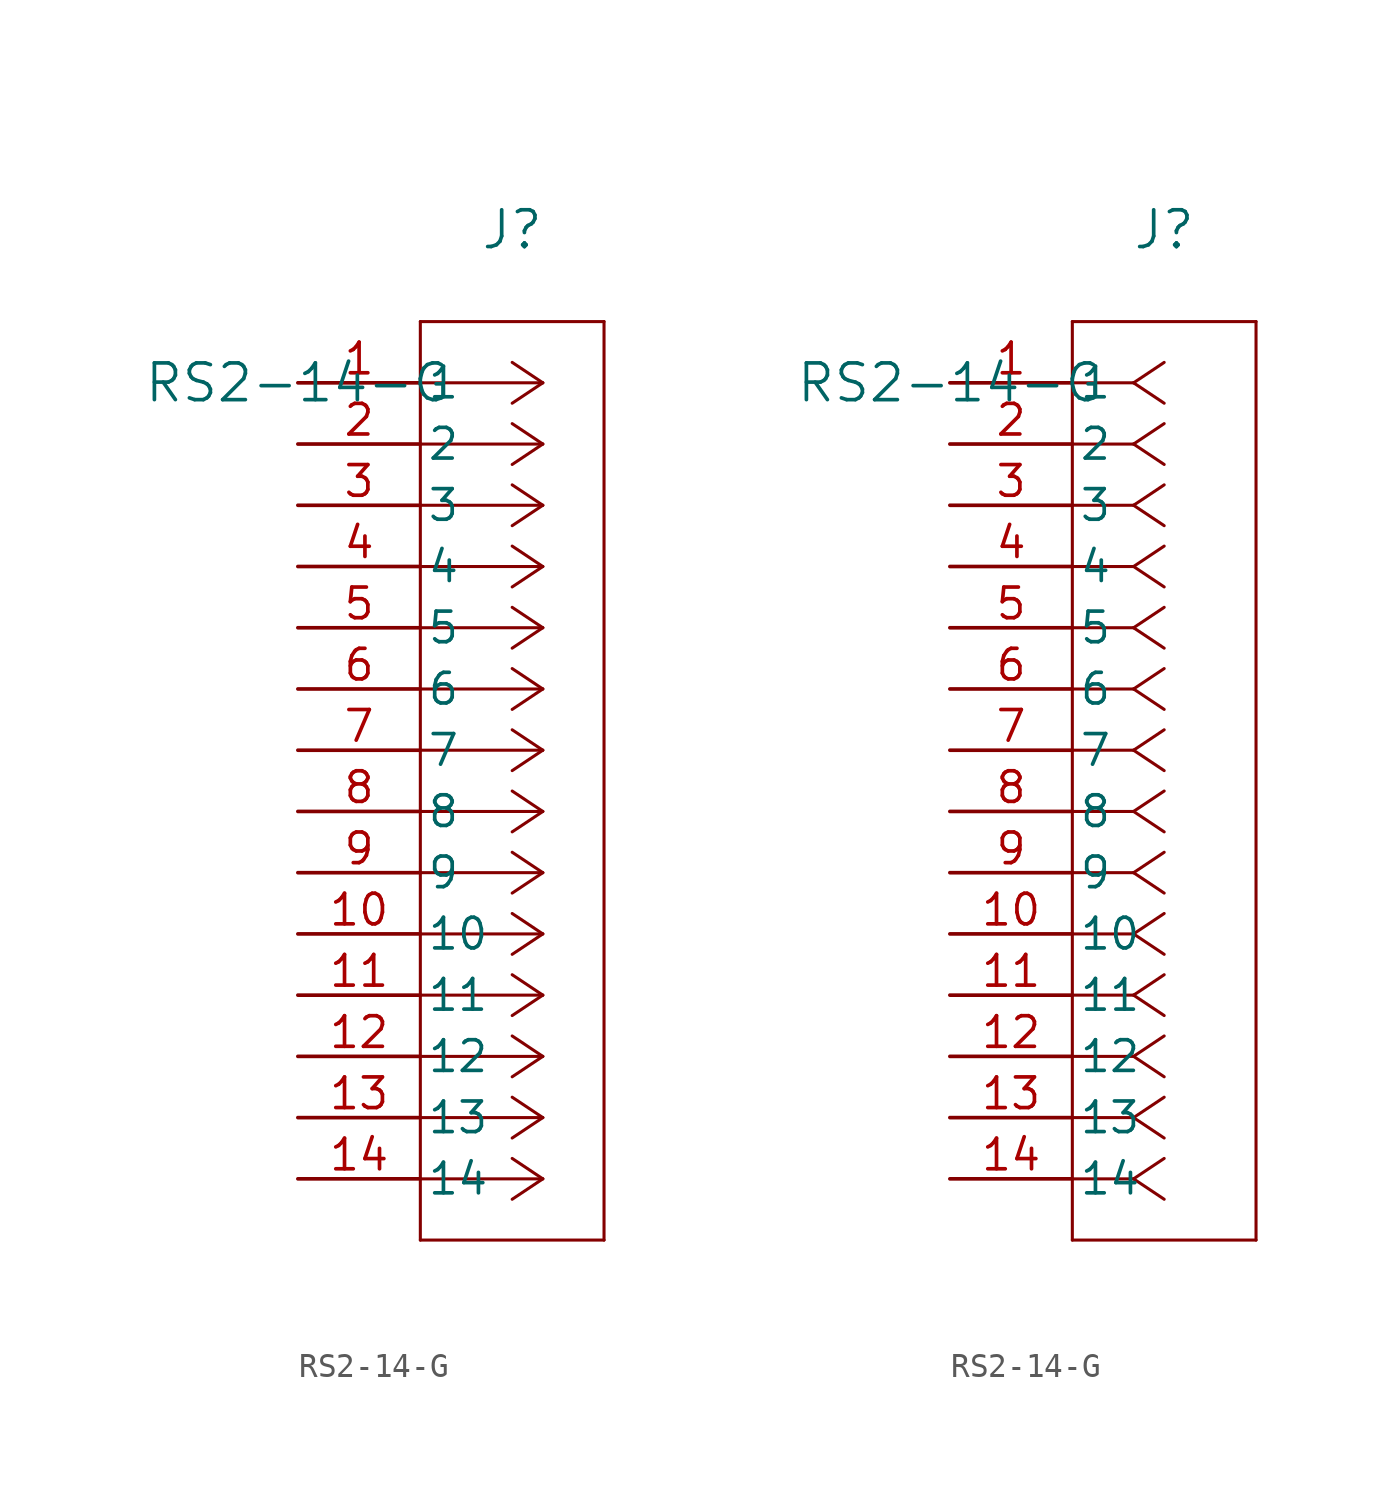
<source format=kicad_sym>
(kicad_symbol_lib
  (version 20211014)
  (generator kicad_symbol_editor)
  (symbol "RS2-14-G"
    (pin_names
      (offset 0.254))
    (property "Reference" "J"
      (at 8.89 6.35 0)
      (effects (font (size 1.524 1.524))))
    (property "Value" "RS2-14-G"
      (at 0 0 0)
      (effects (font (size 1.524 1.524))))
    (symbol "RS2-14-G_1_1"
      (polyline (pts (xy 10.16 0) (xy 5.08 0)) (stroke (width 0.127) (type default) (color 0 0 0 0)) (fill (type none)))
      (polyline (pts (xy 10.16 -2.54) (xy 5.08 -2.54)) (stroke (width 0.127) (type default) (color 0 0 0 0)) (fill (type none)))
      (polyline (pts (xy 10.16 -5.08) (xy 5.08 -5.08)) (stroke (width 0.127) (type default) (color 0 0 0 0)) (fill (type none)))
      (polyline (pts (xy 10.16 -7.62) (xy 5.08 -7.62)) (stroke (width 0.127) (type default) (color 0 0 0 0)) (fill (type none)))
      (polyline (pts (xy 10.16 -10.16) (xy 5.08 -10.16)) (stroke (width 0.127) (type default) (color 0 0 0 0)) (fill (type none)))
      (polyline (pts (xy 10.16 -12.7) (xy 5.08 -12.7)) (stroke (width 0.127) (type default) (color 0 0 0 0)) (fill (type none)))
      (polyline (pts (xy 10.16 -15.24) (xy 5.08 -15.24)) (stroke (width 0.127) (type default) (color 0 0 0 0)) (fill (type none)))
      (polyline (pts (xy 10.16 -17.78) (xy 5.08 -17.78)) (stroke (width 0.127) (type default) (color 0 0 0 0)) (fill (type none)))
      (polyline (pts (xy 10.16 -20.32) (xy 5.08 -20.32)) (stroke (width 0.127) (type default) (color 0 0 0 0)) (fill (type none)))
      (polyline (pts (xy 10.16 -22.86) (xy 5.08 -22.86)) (stroke (width 0.127) (type default) (color 0 0 0 0)) (fill (type none)))
      (polyline (pts (xy 10.16 -25.4) (xy 5.08 -25.4)) (stroke (width 0.127) (type default) (color 0 0 0 0)) (fill (type none)))
      (polyline (pts (xy 10.16 -27.94) (xy 5.08 -27.94)) (stroke (width 0.127) (type default) (color 0 0 0 0)) (fill (type none)))
      (polyline (pts (xy 10.16 -30.48) (xy 5.08 -30.48)) (stroke (width 0.127) (type default) (color 0 0 0 0)) (fill (type none)))
      (polyline (pts (xy 10.16 -33.02) (xy 5.08 -33.02)) (stroke (width 0.127) (type default) (color 0 0 0 0)) (fill (type none)))
      (polyline (pts (xy 10.16 0) (xy 8.89 0.847)) (stroke (width 0.127) (type default) (color 0 0 0 0)) (fill (type none)))
      (polyline (pts (xy 10.16 -2.54) (xy 8.89 -1.693)) (stroke (width 0.127) (type default) (color 0 0 0 0)) (fill (type none)))
      (polyline (pts (xy 10.16 -5.08) (xy 8.89 -4.233)) (stroke (width 0.127) (type default) (color 0 0 0 0)) (fill (type none)))
      (polyline (pts (xy 10.16 -7.62) (xy 8.89 -6.773)) (stroke (width 0.127) (type default) (color 0 0 0 0)) (fill (type none)))
      (polyline (pts (xy 10.16 -10.16) (xy 8.89 -9.313)) (stroke (width 0.127) (type default) (color 0 0 0 0)) (fill (type none)))
      (polyline (pts (xy 10.16 -12.7) (xy 8.89 -11.853)) (stroke (width 0.127) (type default) (color 0 0 0 0)) (fill (type none)))
      (polyline (pts (xy 10.16 -15.24) (xy 8.89 -14.393)) (stroke (width 0.127) (type default) (color 0 0 0 0)) (fill (type none)))
      (polyline (pts (xy 10.16 -17.78) (xy 8.89 -16.933)) (stroke (width 0.127) (type default) (color 0 0 0 0)) (fill (type none)))
      (polyline (pts (xy 10.16 -20.32) (xy 8.89 -19.473)) (stroke (width 0.127) (type default) (color 0 0 0 0)) (fill (type none)))
      (polyline (pts (xy 10.16 -22.86) (xy 8.89 -22.013)) (stroke (width 0.127) (type default) (color 0 0 0 0)) (fill (type none)))
      (polyline (pts (xy 10.16 -25.4) (xy 8.89 -24.553)) (stroke (width 0.127) (type default) (color 0 0 0 0)) (fill (type none)))
      (polyline (pts (xy 10.16 -27.94) (xy 8.89 -27.093)) (stroke (width 0.127) (type default) (color 0 0 0 0)) (fill (type none)))
      (polyline (pts (xy 10.16 -30.48) (xy 8.89 -29.633)) (stroke (width 0.127) (type default) (color 0 0 0 0)) (fill (type none)))
      (polyline (pts (xy 10.16 -33.02) (xy 8.89 -32.173)) (stroke (width 0.127) (type default) (color 0 0 0 0)) (fill (type none)))
      (polyline (pts (xy 10.16 0) (xy 8.89 -0.847)) (stroke (width 0.127) (type default) (color 0 0 0 0)) (fill (type none)))
      (polyline (pts (xy 10.16 -2.54) (xy 8.89 -3.387)) (stroke (width 0.127) (type default) (color 0 0 0 0)) (fill (type none)))
      (polyline (pts (xy 10.16 -5.08) (xy 8.89 -5.927)) (stroke (width 0.127) (type default) (color 0 0 0 0)) (fill (type none)))
      (polyline (pts (xy 10.16 -7.62) (xy 8.89 -8.467)) (stroke (width 0.127) (type default) (color 0 0 0 0)) (fill (type none)))
      (polyline (pts (xy 10.16 -10.16) (xy 8.89 -11.007)) (stroke (width 0.127) (type default) (color 0 0 0 0)) (fill (type none)))
      (polyline (pts (xy 10.16 -12.7) (xy 8.89 -13.547)) (stroke (width 0.127) (type default) (color 0 0 0 0)) (fill (type none)))
      (polyline (pts (xy 10.16 -15.24) (xy 8.89 -16.087)) (stroke (width 0.127) (type default) (color 0 0 0 0)) (fill (type none)))
      (polyline (pts (xy 10.16 -17.78) (xy 8.89 -18.627)) (stroke (width 0.127) (type default) (color 0 0 0 0)) (fill (type none)))
      (polyline (pts (xy 10.16 -20.32) (xy 8.89 -21.167)) (stroke (width 0.127) (type default) (color 0 0 0 0)) (fill (type none)))
      (polyline (pts (xy 10.16 -22.86) (xy 8.89 -23.707)) (stroke (width 0.127) (type default) (color 0 0 0 0)) (fill (type none)))
      (polyline (pts (xy 10.16 -25.4) (xy 8.89 -26.247)) (stroke (width 0.127) (type default) (color 0 0 0 0)) (fill (type none)))
      (polyline (pts (xy 10.16 -27.94) (xy 8.89 -28.787)) (stroke (width 0.127) (type default) (color 0 0 0 0)) (fill (type none)))
      (polyline (pts (xy 10.16 -30.48) (xy 8.89 -31.327)) (stroke (width 0.127) (type default) (color 0 0 0 0)) (fill (type none)))
      (polyline (pts (xy 10.16 -33.02) (xy 8.89 -33.867)) (stroke (width 0.127) (type default) (color 0 0 0 0)) (fill (type none)))
      (polyline (pts (xy 5.08 2.54) (xy 5.08 -35.56)) (stroke (width 0.127) (type default) (color 0 0 0 0)) (fill (type none)))
      (polyline (pts (xy 5.08 -35.56) (xy 12.7 -35.56)) (stroke (width 0.127) (type default) (color 0 0 0 0)) (fill (type none)))
      (polyline (pts (xy 12.7 -35.56) (xy 12.7 2.54)) (stroke (width 0.127) (type default) (color 0 0 0 0)) (fill (type none)))
      (polyline (pts (xy 12.7 2.54) (xy 5.08 2.54)) (stroke (width 0.127) (type default) (color 0 0 0 0)) (fill (type none)))
      (pin unspecified line (at 0 0 0) (length 5.08) (name "1" (effects (font (size 1.27 1.27)))) (number "1" (effects (font (size 1.27 1.27)))))
      (pin unspecified line (at 0 -2.54 0) (length 5.08) (name "2" (effects (font (size 1.27 1.27)))) (number "2" (effects (font (size 1.27 1.27)))))
      (pin unspecified line (at 0 -5.08 0) (length 5.08) (name "3" (effects (font (size 1.27 1.27)))) (number "3" (effects (font (size 1.27 1.27)))))
      (pin unspecified line (at 0 -7.62 0) (length 5.08) (name "4" (effects (font (size 1.27 1.27)))) (number "4" (effects (font (size 1.27 1.27)))))
      (pin unspecified line (at 0 -10.16 0) (length 5.08) (name "5" (effects (font (size 1.27 1.27)))) (number "5" (effects (font (size 1.27 1.27)))))
      (pin unspecified line (at 0 -12.7 0) (length 5.08) (name "6" (effects (font (size 1.27 1.27)))) (number "6" (effects (font (size 1.27 1.27)))))
      (pin unspecified line (at 0 -15.24 0) (length 5.08) (name "7" (effects (font (size 1.27 1.27)))) (number "7" (effects (font (size 1.27 1.27)))))
      (pin unspecified line (at 0 -17.78 0) (length 5.08) (name "8" (effects (font (size 1.27 1.27)))) (number "8" (effects (font (size 1.27 1.27)))))
      (pin unspecified line (at 0 -20.32 0) (length 5.08) (name "9" (effects (font (size 1.27 1.27)))) (number "9" (effects (font (size 1.27 1.27)))))
      (pin unspecified line (at 0 -22.86 0) (length 5.08) (name "10" (effects (font (size 1.27 1.27)))) (number "10" (effects (font (size 1.27 1.27)))))
      (pin unspecified line (at 0 -25.4 0) (length 5.08) (name "11" (effects (font (size 1.27 1.27)))) (number "11" (effects (font (size 1.27 1.27)))))
      (pin unspecified line (at 0 -27.94 0) (length 5.08) (name "12" (effects (font (size 1.27 1.27)))) (number "12" (effects (font (size 1.27 1.27)))))
      (pin unspecified line (at 0 -30.48 0) (length 5.08) (name "13" (effects (font (size 1.27 1.27)))) (number "13" (effects (font (size 1.27 1.27)))))
      (pin unspecified line (at 0 -33.02 0) (length 5.08) (name "14" (effects (font (size 1.27 1.27)))) (number "14" (effects (font (size 1.27 1.27))))))
    (symbol "RS2-14-G_1_2"
      (polyline (pts (xy 7.62 0) (xy 5.08 0)) (stroke (width 0.127) (type default) (color 0 0 0 0)) (fill (type none)))
      (polyline (pts (xy 7.62 -2.54) (xy 5.08 -2.54)) (stroke (width 0.127) (type default) (color 0 0 0 0)) (fill (type none)))
      (polyline (pts (xy 7.62 -5.08) (xy 5.08 -5.08)) (stroke (width 0.127) (type default) (color 0 0 0 0)) (fill (type none)))
      (polyline (pts (xy 7.62 -7.62) (xy 5.08 -7.62)) (stroke (width 0.127) (type default) (color 0 0 0 0)) (fill (type none)))
      (polyline (pts (xy 7.62 -10.16) (xy 5.08 -10.16)) (stroke (width 0.127) (type default) (color 0 0 0 0)) (fill (type none)))
      (polyline (pts (xy 7.62 -12.7) (xy 5.08 -12.7)) (stroke (width 0.127) (type default) (color 0 0 0 0)) (fill (type none)))
      (polyline (pts (xy 7.62 -15.24) (xy 5.08 -15.24)) (stroke (width 0.127) (type default) (color 0 0 0 0)) (fill (type none)))
      (polyline (pts (xy 7.62 -17.78) (xy 5.08 -17.78)) (stroke (width 0.127) (type default) (color 0 0 0 0)) (fill (type none)))
      (polyline (pts (xy 7.62 -20.32) (xy 5.08 -20.32)) (stroke (width 0.127) (type default) (color 0 0 0 0)) (fill (type none)))
      (polyline (pts (xy 7.62 -22.86) (xy 5.08 -22.86)) (stroke (width 0.127) (type default) (color 0 0 0 0)) (fill (type none)))
      (polyline (pts (xy 7.62 -25.4) (xy 5.08 -25.4)) (stroke (width 0.127) (type default) (color 0 0 0 0)) (fill (type none)))
      (polyline (pts (xy 7.62 -27.94) (xy 5.08 -27.94)) (stroke (width 0.127) (type default) (color 0 0 0 0)) (fill (type none)))
      (polyline (pts (xy 7.62 -30.48) (xy 5.08 -30.48)) (stroke (width 0.127) (type default) (color 0 0 0 0)) (fill (type none)))
      (polyline (pts (xy 7.62 -33.02) (xy 5.08 -33.02)) (stroke (width 0.127) (type default) (color 0 0 0 0)) (fill (type none)))
      (polyline (pts (xy 7.62 0) (xy 8.89 0.847)) (stroke (width 0.127) (type default) (color 0 0 0 0)) (fill (type none)))
      (polyline (pts (xy 7.62 -2.54) (xy 8.89 -1.693)) (stroke (width 0.127) (type default) (color 0 0 0 0)) (fill (type none)))
      (polyline (pts (xy 7.62 -5.08) (xy 8.89 -4.233)) (stroke (width 0.127) (type default) (color 0 0 0 0)) (fill (type none)))
      (polyline (pts (xy 7.62 -7.62) (xy 8.89 -6.773)) (stroke (width 0.127) (type default) (color 0 0 0 0)) (fill (type none)))
      (polyline (pts (xy 7.62 -10.16) (xy 8.89 -9.313)) (stroke (width 0.127) (type default) (color 0 0 0 0)) (fill (type none)))
      (polyline (pts (xy 7.62 -12.7) (xy 8.89 -11.853)) (stroke (width 0.127) (type default) (color 0 0 0 0)) (fill (type none)))
      (polyline (pts (xy 7.62 -15.24) (xy 8.89 -14.393)) (stroke (width 0.127) (type default) (color 0 0 0 0)) (fill (type none)))
      (polyline (pts (xy 7.62 -17.78) (xy 8.89 -16.933)) (stroke (width 0.127) (type default) (color 0 0 0 0)) (fill (type none)))
      (polyline (pts (xy 7.62 -20.32) (xy 8.89 -19.473)) (stroke (width 0.127) (type default) (color 0 0 0 0)) (fill (type none)))
      (polyline (pts (xy 7.62 -22.86) (xy 8.89 -22.013)) (stroke (width 0.127) (type default) (color 0 0 0 0)) (fill (type none)))
      (polyline (pts (xy 7.62 -25.4) (xy 8.89 -24.553)) (stroke (width 0.127) (type default) (color 0 0 0 0)) (fill (type none)))
      (polyline (pts (xy 7.62 -27.94) (xy 8.89 -27.093)) (stroke (width 0.127) (type default) (color 0 0 0 0)) (fill (type none)))
      (polyline (pts (xy 7.62 -30.48) (xy 8.89 -29.633)) (stroke (width 0.127) (type default) (color 0 0 0 0)) (fill (type none)))
      (polyline (pts (xy 7.62 -33.02) (xy 8.89 -32.173)) (stroke (width 0.127) (type default) (color 0 0 0 0)) (fill (type none)))
      (polyline (pts (xy 7.62 0) (xy 8.89 -0.847)) (stroke (width 0.127) (type default) (color 0 0 0 0)) (fill (type none)))
      (polyline (pts (xy 7.62 -2.54) (xy 8.89 -3.387)) (stroke (width 0.127) (type default) (color 0 0 0 0)) (fill (type none)))
      (polyline (pts (xy 7.62 -5.08) (xy 8.89 -5.927)) (stroke (width 0.127) (type default) (color 0 0 0 0)) (fill (type none)))
      (polyline (pts (xy 7.62 -7.62) (xy 8.89 -8.467)) (stroke (width 0.127) (type default) (color 0 0 0 0)) (fill (type none)))
      (polyline (pts (xy 7.62 -10.16) (xy 8.89 -11.007)) (stroke (width 0.127) (type default) (color 0 0 0 0)) (fill (type none)))
      (polyline (pts (xy 7.62 -12.7) (xy 8.89 -13.547)) (stroke (width 0.127) (type default) (color 0 0 0 0)) (fill (type none)))
      (polyline (pts (xy 7.62 -15.24) (xy 8.89 -16.087)) (stroke (width 0.127) (type default) (color 0 0 0 0)) (fill (type none)))
      (polyline (pts (xy 7.62 -17.78) (xy 8.89 -18.627)) (stroke (width 0.127) (type default) (color 0 0 0 0)) (fill (type none)))
      (polyline (pts (xy 7.62 -20.32) (xy 8.89 -21.167)) (stroke (width 0.127) (type default) (color 0 0 0 0)) (fill (type none)))
      (polyline (pts (xy 7.62 -22.86) (xy 8.89 -23.707)) (stroke (width 0.127) (type default) (color 0 0 0 0)) (fill (type none)))
      (polyline (pts (xy 7.62 -25.4) (xy 8.89 -26.247)) (stroke (width 0.127) (type default) (color 0 0 0 0)) (fill (type none)))
      (polyline (pts (xy 7.62 -27.94) (xy 8.89 -28.787)) (stroke (width 0.127) (type default) (color 0 0 0 0)) (fill (type none)))
      (polyline (pts (xy 7.62 -30.48) (xy 8.89 -31.327)) (stroke (width 0.127) (type default) (color 0 0 0 0)) (fill (type none)))
      (polyline (pts (xy 7.62 -33.02) (xy 8.89 -33.867)) (stroke (width 0.127) (type default) (color 0 0 0 0)) (fill (type none)))
      (polyline (pts (xy 5.08 2.54) (xy 5.08 -35.56)) (stroke (width 0.127) (type default) (color 0 0 0 0)) (fill (type none)))
      (polyline (pts (xy 5.08 -35.56) (xy 12.7 -35.56)) (stroke (width 0.127) (type default) (color 0 0 0 0)) (fill (type none)))
      (polyline (pts (xy 12.7 -35.56) (xy 12.7 2.54)) (stroke (width 0.127) (type default) (color 0 0 0 0)) (fill (type none)))
      (polyline (pts (xy 12.7 2.54) (xy 5.08 2.54)) (stroke (width 0.127) (type default) (color 0 0 0 0)) (fill (type none)))
      (pin unspecified line (at 0 0 0) (length 5.08) (name "1" (effects (font (size 1.27 1.27)))) (number "1" (effects (font (size 1.27 1.27)))))
      (pin unspecified line (at 0 -2.54 0) (length 5.08) (name "2" (effects (font (size 1.27 1.27)))) (number "2" (effects (font (size 1.27 1.27)))))
      (pin unspecified line (at 0 -5.08 0) (length 5.08) (name "3" (effects (font (size 1.27 1.27)))) (number "3" (effects (font (size 1.27 1.27)))))
      (pin unspecified line (at 0 -7.62 0) (length 5.08) (name "4" (effects (font (size 1.27 1.27)))) (number "4" (effects (font (size 1.27 1.27)))))
      (pin unspecified line (at 0 -10.16 0) (length 5.08) (name "5" (effects (font (size 1.27 1.27)))) (number "5" (effects (font (size 1.27 1.27)))))
      (pin unspecified line (at 0 -12.7 0) (length 5.08) (name "6" (effects (font (size 1.27 1.27)))) (number "6" (effects (font (size 1.27 1.27)))))
      (pin unspecified line (at 0 -15.24 0) (length 5.08) (name "7" (effects (font (size 1.27 1.27)))) (number "7" (effects (font (size 1.27 1.27)))))
      (pin unspecified line (at 0 -17.78 0) (length 5.08) (name "8" (effects (font (size 1.27 1.27)))) (number "8" (effects (font (size 1.27 1.27)))))
      (pin unspecified line (at 0 -20.32 0) (length 5.08) (name "9" (effects (font (size 1.27 1.27)))) (number "9" (effects (font (size 1.27 1.27)))))
      (pin unspecified line (at 0 -22.86 0) (length 5.08) (name "10" (effects (font (size 1.27 1.27)))) (number "10" (effects (font (size 1.27 1.27)))))
      (pin unspecified line (at 0 -25.4 0) (length 5.08) (name "11" (effects (font (size 1.27 1.27)))) (number "11" (effects (font (size 1.27 1.27)))))
      (pin unspecified line (at 0 -27.94 0) (length 5.08) (name "12" (effects (font (size 1.27 1.27)))) (number "12" (effects (font (size 1.27 1.27)))))
      (pin unspecified line (at 0 -30.48 0) (length 5.08) (name "13" (effects (font (size 1.27 1.27)))) (number "13" (effects (font (size 1.27 1.27)))))
      (pin unspecified line (at 0 -33.02 0) (length 5.08) (name "14" (effects (font (size 1.27 1.27)))) (number "14" (effects (font (size 1.27 1.27))))))))
</source>
